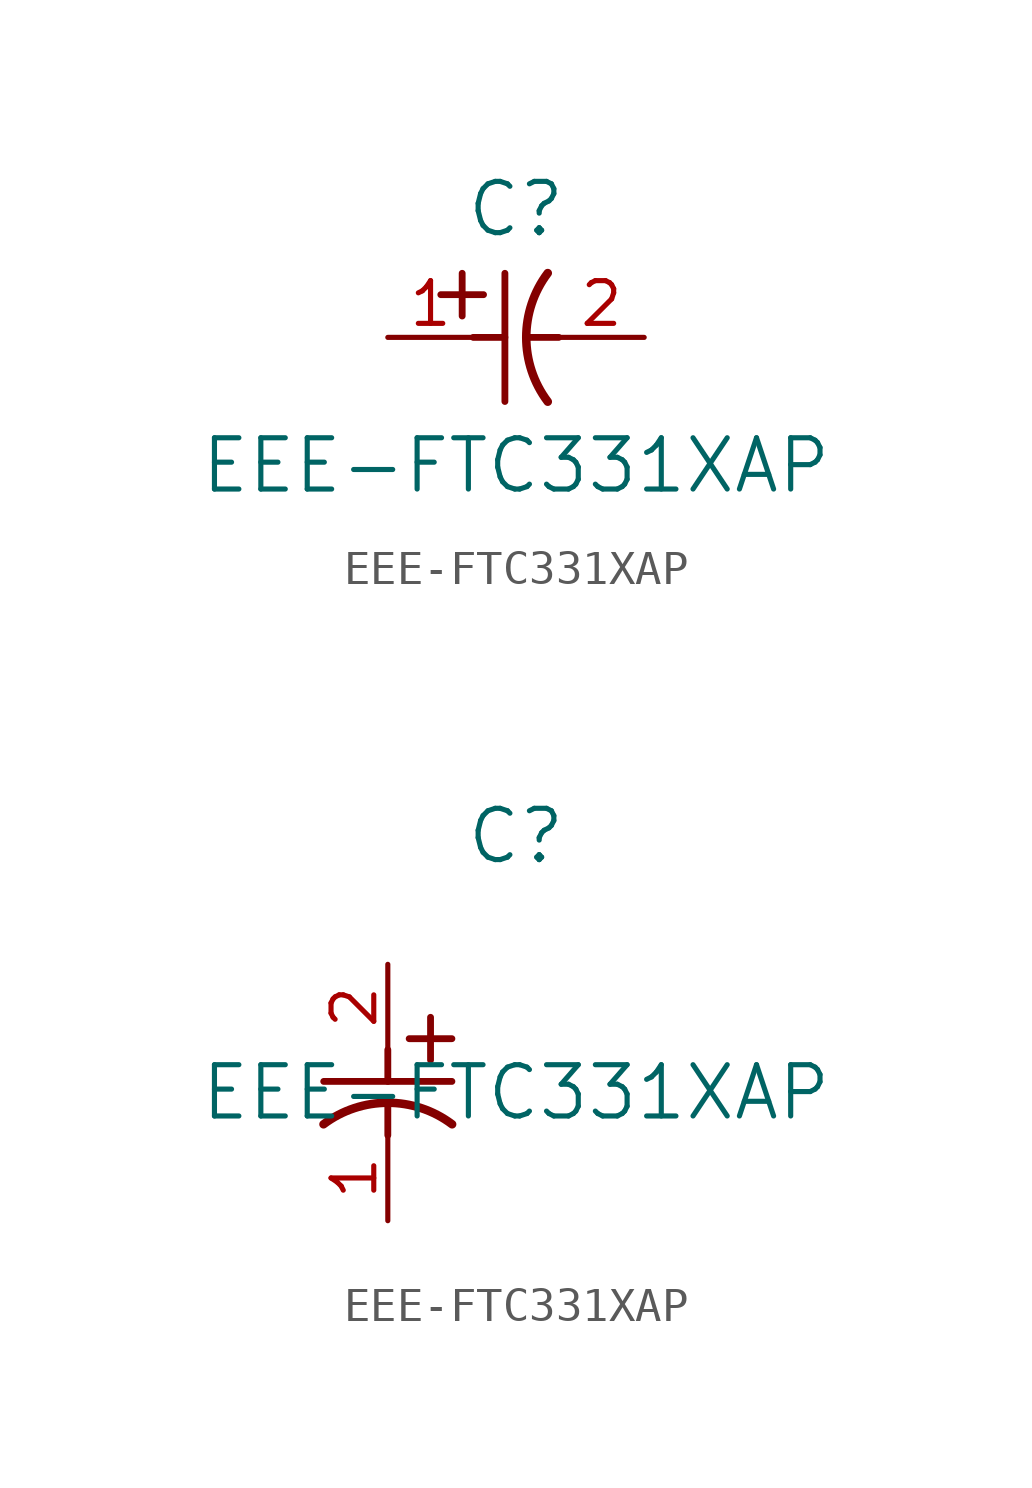
<source format=kicad_sym>
(kicad_symbol_lib
  (version 20211014)
  (generator kicad_symbol_editor)
  (symbol "EEE-FTC331XAP"
    (pin_names
      (offset 0.254))
    (property "Reference" "C"
      (at 3.81 3.81 0)
      (effects (font (size 1.524 1.524))))
    (property "Value" "EEE-FTC331XAP"
      (at 3.81 -3.81 0)
      (effects (font (size 1.524 1.524))))
    (symbol "EEE-FTC331XAP_1_1"
      (polyline (pts (xy 2.21 0.635) (xy 2.21 1.905)) (stroke (width 0.203) (type default) (color 0 0 0 0)) (fill (type none)))
      (arc (start 4.754132 1.910763) (mid 4.1148 0) (end 4.754132 -1.910763) (stroke (width 0.254) (type default) (color 0 0 0 0)) (fill (type none)))
      (polyline (pts (xy 4.115 0) (xy 5.08 0)) (stroke (width 0.203) (type default) (color 0 0 0 0)) (fill (type none)))
      (polyline (pts (xy 3.48 -1.905) (xy 3.48 1.905)) (stroke (width 0.203) (type default) (color 0 0 0 0)) (fill (type none)))
      (polyline (pts (xy 1.575 1.27) (xy 2.845 1.27)) (stroke (width 0.203) (type default) (color 0 0 0 0)) (fill (type none)))
      (polyline (pts (xy 2.54 0) (xy 3.48 0)) (stroke (width 0.203) (type default) (color 0 0 0 0)) (fill (type none)))
      (pin unspecified line (at 0 0 0) (length 2.54) (name "" (effects (font (size 1.27 1.27)))) (number "1" (effects (font (size 1.27 1.27)))))
      (pin unspecified line (at 7.62 0 180) (length 2.54) (name "" (effects (font (size 1.27 1.27)))) (number "2" (effects (font (size 1.27 1.27))))))
    (symbol "EEE-FTC331XAP_1_2"
      (polyline (pts (xy 0 -2.54) (xy 0 -3.48)) (stroke (width 0.203) (type default) (color 0 0 0 0)) (fill (type none)))
      (arc (start 1.910763 -4.754132) (mid 0 -4.1148) (end -1.910763 -4.754132) (stroke (width 0.254) (type default) (color 0 0 0 0)) (fill (type none)))
      (polyline (pts (xy -1.905 -3.48) (xy 1.905 -3.48)) (stroke (width 0.203) (type default) (color 0 0 0 0)) (fill (type none)))
      (polyline (pts (xy 0.635 -2.21) (xy 1.905 -2.21)) (stroke (width 0.203) (type default) (color 0 0 0 0)) (fill (type none)))
      (polyline (pts (xy 1.27 -1.575) (xy 1.27 -2.845)) (stroke (width 0.203) (type default) (color 0 0 0 0)) (fill (type none)))
      (polyline (pts (xy 0 -4.115) (xy 0 -5.08)) (stroke (width 0.203) (type default) (color 0 0 0 0)) (fill (type none)))
      (pin unspecified line (at 0 -7.62 90) (length 2.54) (name "" (effects (font (size 1.27 1.27)))) (number "1" (effects (font (size 1.27 1.27)))))
      (pin unspecified line (at 0 0 270) (length 2.54) (name "" (effects (font (size 1.27 1.27)))) (number "2" (effects (font (size 1.27 1.27))))))))
</source>
